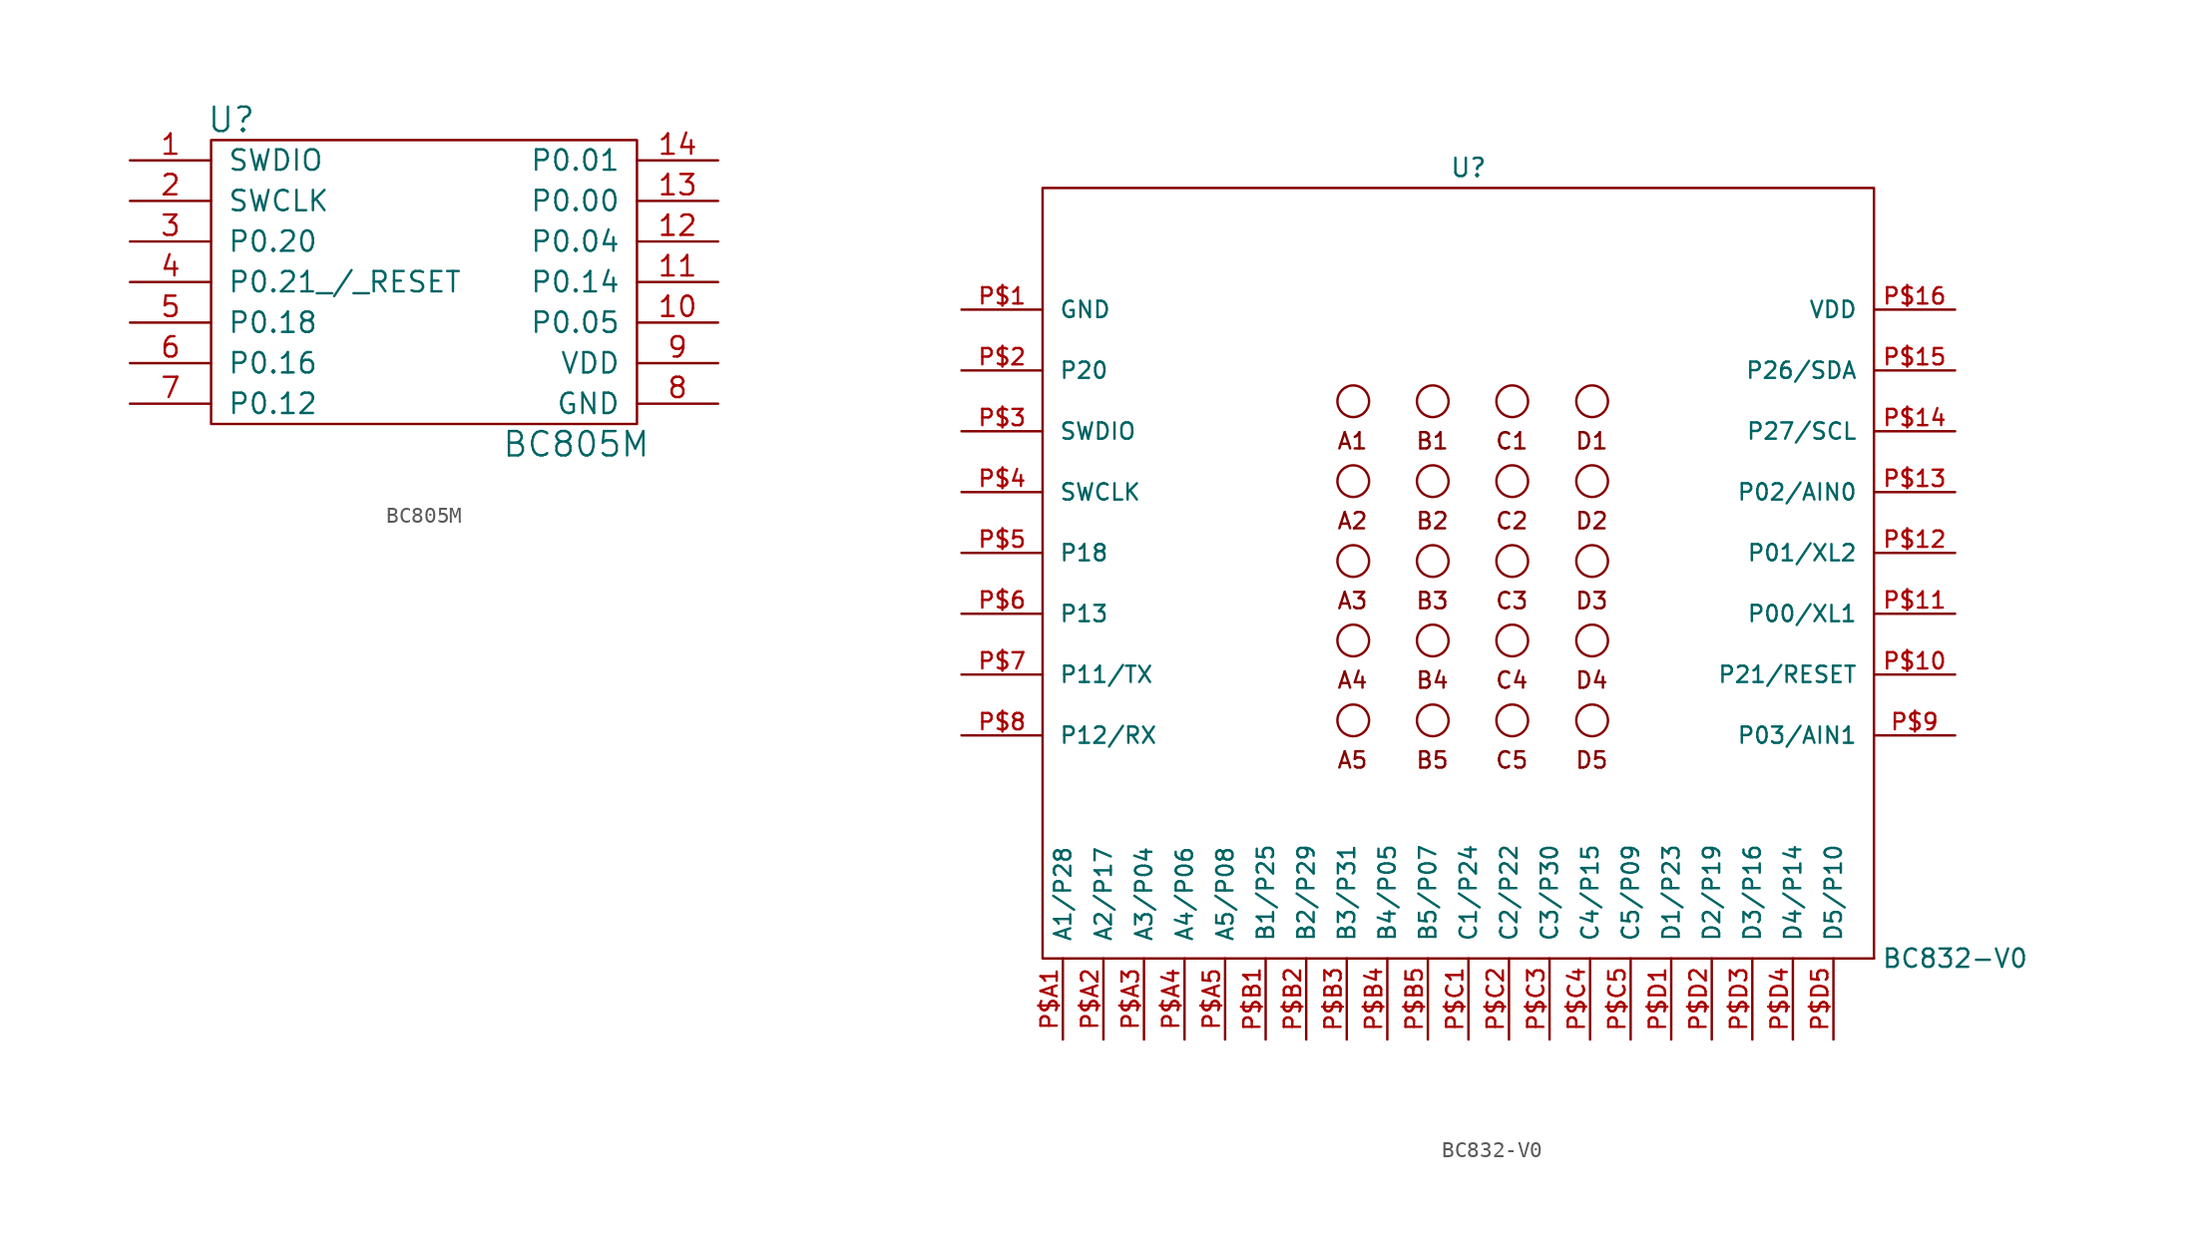
<source format=kicad_sym>
(kicad_symbol_lib
  (version 20220914)
  (generator kicad_symbol_editor)
  (symbol "BC805M"
    (pin_names
      (offset 1.016))
    (property "Reference" "U"
      (at -11.43 10.16 0)
      (effects (font (size 1.524 1.524))))
    (property "Value" "BC805M"
      (at 10.16 -10.16 0)
      (effects (font (size 1.524 1.524))))
    (symbol "BC805M_0_0"
      (pin bidirectional line (at -17.78 7.62 0) (length 5.08) (name "SWDIO" (effects (font (size 1.27 1.27)))) (number "1" (effects (font (size 1.27 1.27)))))
      (pin bidirectional line (at -17.78 5.08 0) (length 5.08) (name "SWCLK" (effects (font (size 1.27 1.27)))) (number "2" (effects (font (size 1.27 1.27))))))
    (symbol "BC805M_0_1"
      (rectangle (start -12.7 8.89) (end 13.97 -8.89) (stroke (width 0) (type solid)) (fill (type none))))
    (symbol "BC805M_1_1"
      (pin bidirectional line (at 19.05 -2.54 180) (length 5.08) (name "P0.05" (effects (font (size 1.27 1.27)))) (number "10" (effects (font (size 1.27 1.27)))))
      (pin bidirectional line (at 19.05 0 180) (length 5.08) (name "P0.14" (effects (font (size 1.27 1.27)))) (number "11" (effects (font (size 1.27 1.27)))))
      (pin bidirectional line (at 19.05 2.54 180) (length 5.08) (name "P0.04" (effects (font (size 1.27 1.27)))) (number "12" (effects (font (size 1.27 1.27)))))
      (pin bidirectional line (at 19.05 5.08 180) (length 5.08) (name "P0.00" (effects (font (size 1.27 1.27)))) (number "13" (effects (font (size 1.27 1.27)))))
      (pin bidirectional line (at 19.05 7.62 180) (length 5.08) (name "P0.01" (effects (font (size 1.27 1.27)))) (number "14" (effects (font (size 1.27 1.27)))))
      (pin bidirectional line (at -17.78 2.54 0) (length 5.08) (name "P0.20" (effects (font (size 1.27 1.27)))) (number "3" (effects (font (size 1.27 1.27)))))
      (pin bidirectional line (at -17.78 0 0) (length 5.08) (name "P0.21_/_RESET" (effects (font (size 1.27 1.27)))) (number "4" (effects (font (size 1.27 1.27)))))
      (pin bidirectional line (at -17.78 -2.54 0) (length 5.08) (name "P0.18" (effects (font (size 1.27 1.27)))) (number "5" (effects (font (size 1.27 1.27)))))
      (pin bidirectional line (at -17.78 -5.08 0) (length 5.08) (name "P0.16" (effects (font (size 1.27 1.27)))) (number "6" (effects (font (size 1.27 1.27)))))
      (pin bidirectional line (at -17.78 -7.62 0) (length 5.08) (name "P0.12" (effects (font (size 1.27 1.27)))) (number "7" (effects (font (size 1.27 1.27)))))
      (pin bidirectional line (at 19.05 -7.62 180) (length 5.08) (name "GND" (effects (font (size 1.27 1.27)))) (number "8" (effects (font (size 1.27 1.27)))))
      (pin bidirectional line (at 19.05 -5.08 180) (length 5.08) (name "VDD" (effects (font (size 1.27 1.27)))) (number "9" (effects (font (size 1.27 1.27)))))))
  (symbol "BC832-V0"
    (pin_names
      (offset 1.016))
    (property "Reference" "U"
      (at 0 27.94 0)
      (effects (font (size 1.143 1.143))))
    (property "Value" "BC832-V0"
      (at 30.48 -21.59 0)
      (effects (font (size 1.143 1.143))))
    (property "ki_locked" ""
      (at 0 0 0)
      (effects (font (size 1.27 1.27))))
    (symbol "BC832-V0_0_1"
      (rectangle (start -26.67 26.67) (end 25.4 -21.59) (stroke (width 0) (type solid)) (fill (type none)))
      (rectangle (start 25.4 -21.59) (end 25.4 -21.59) (stroke (width 0) (type solid)) (fill (type none))))
    (symbol "BC832-V0_1_0"
      (text "A1" (at -7.264 10.82 0) (effects (font (size 1.016 1.016))))
      (text "A2" (at -7.264 5.817 0) (effects (font (size 1.016 1.016))))
      (text "A3" (at -7.264 0.813 0) (effects (font (size 1.016 1.016))))
      (text "A4" (at -7.264 -4.166 0) (effects (font (size 1.016 1.016))))
      (text "A5" (at -7.264 -9.169 0) (effects (font (size 1.016 1.016))))
      (text "B1" (at -2.261 10.82 0) (effects (font (size 1.016 1.016))))
      (text "B2" (at -2.261 5.817 0) (effects (font (size 1.016 1.016))))
      (text "B3" (at -2.261 0.813 0) (effects (font (size 1.016 1.016))))
      (text "B4" (at -2.261 -4.166 0) (effects (font (size 1.016 1.016))))
      (text "B5" (at -2.261 -9.169 0) (effects (font (size 1.016 1.016))))
      (text "C1" (at 2.718 10.82 0) (effects (font (size 1.016 1.016))))
      (text "C2" (at 2.718 5.817 0) (effects (font (size 1.016 1.016))))
      (text "C3" (at 2.718 0.813 0) (effects (font (size 1.016 1.016))))
      (text "C4" (at 2.718 -4.166 0) (effects (font (size 1.016 1.016))))
      (text "C5" (at 2.718 -9.169 0) (effects (font (size 1.016 1.016))))
      (text "D1" (at 7.722 10.82 0) (effects (font (size 1.016 1.016))))
      (text "D2" (at 7.722 5.817 0) (effects (font (size 1.016 1.016))))
      (text "D3" (at 7.722 0.813 0) (effects (font (size 1.016 1.016))))
      (text "D4" (at 7.722 -4.166 0) (effects (font (size 1.016 1.016))))
      (text "D5" (at 7.722 -9.169 0) (effects (font (size 1.016 1.016)))))
    (symbol "BC832-V0_1_1"
      (circle (center -7.214 -6.68) (radius 0.991) (stroke (width 0) (type solid)) (fill (type none)))
      (circle (center -7.214 -1.676) (radius 0.991) (stroke (width 0) (type solid)) (fill (type none)))
      (circle (center -7.214 3.302) (radius 0.991) (stroke (width 0) (type solid)) (fill (type none)))
      (circle (center -7.214 8.306) (radius 0.991) (stroke (width 0) (type solid)) (fill (type none)))
      (circle (center -7.214 13.31) (radius 0.991) (stroke (width 0) (type solid)) (fill (type none)))
      (circle (center -2.235 -6.68) (radius 0.991) (stroke (width 0) (type solid)) (fill (type none)))
      (circle (center -2.235 -1.676) (radius 0.991) (stroke (width 0) (type solid)) (fill (type none)))
      (circle (center -2.235 3.302) (radius 0.991) (stroke (width 0) (type solid)) (fill (type none)))
      (circle (center -2.235 8.306) (radius 0.991) (stroke (width 0) (type solid)) (fill (type none)))
      (circle (center -2.235 13.31) (radius 0.991) (stroke (width 0) (type solid)) (fill (type none)))
      (circle (center 2.743 -6.68) (radius 0.991) (stroke (width 0) (type solid)) (fill (type none)))
      (circle (center 2.743 -1.676) (radius 0.991) (stroke (width 0) (type solid)) (fill (type none)))
      (circle (center 2.743 3.302) (radius 0.991) (stroke (width 0) (type solid)) (fill (type none)))
      (circle (center 2.743 8.306) (radius 0.991) (stroke (width 0) (type solid)) (fill (type none)))
      (circle (center 2.743 13.31) (radius 0.991) (stroke (width 0) (type solid)) (fill (type none)))
      (circle (center 7.747 -6.68) (radius 0.991) (stroke (width 0) (type solid)) (fill (type none)))
      (circle (center 7.747 -1.676) (radius 0.991) (stroke (width 0) (type solid)) (fill (type none)))
      (circle (center 7.747 3.302) (radius 0.991) (stroke (width 0) (type solid)) (fill (type none)))
      (circle (center 7.747 8.306) (radius 0.991) (stroke (width 0) (type solid)) (fill (type none)))
      (circle (center 7.747 13.31) (radius 0.991) (stroke (width 0) (type solid)) (fill (type none)))
      (pin bidirectional line (at -31.75 19.05 0) (length 5.08) (name "GND" (effects (font (size 1.016 1.016)))) (number "P$1" (effects (font (size 1.016 1.016)))))
      (pin bidirectional line (at 30.48 -3.81 180) (length 5.08) (name "P21/RESET" (effects (font (size 1.016 1.016)))) (number "P$10" (effects (font (size 1.016 1.016)))))
      (pin bidirectional line (at 30.48 0 180) (length 5.08) (name "P00/XL1" (effects (font (size 1.016 1.016)))) (number "P$11" (effects (font (size 1.016 1.016)))))
      (pin bidirectional line (at 30.48 3.81 180) (length 5.08) (name "P01/XL2" (effects (font (size 1.016 1.016)))) (number "P$12" (effects (font (size 1.016 1.016)))))
      (pin bidirectional line (at 30.48 7.62 180) (length 5.08) (name "P02/AIN0" (effects (font (size 1.016 1.016)))) (number "P$13" (effects (font (size 1.016 1.016)))))
      (pin bidirectional line (at 30.48 11.43 180) (length 5.08) (name "P27/SCL" (effects (font (size 1.016 1.016)))) (number "P$14" (effects (font (size 1.016 1.016)))))
      (pin bidirectional line (at 30.48 15.24 180) (length 5.08) (name "P26/SDA" (effects (font (size 1.016 1.016)))) (number "P$15" (effects (font (size 1.016 1.016)))))
      (pin bidirectional line (at 30.48 19.05 180) (length 5.08) (name "VDD" (effects (font (size 1.016 1.016)))) (number "P$16" (effects (font (size 1.016 1.016)))))
      (pin bidirectional line (at -31.75 15.24 0) (length 5.08) (name "P20" (effects (font (size 1.016 1.016)))) (number "P$2" (effects (font (size 1.016 1.016)))))
      (pin bidirectional line (at -31.75 11.43 0) (length 5.08) (name "SWDIO" (effects (font (size 1.016 1.016)))) (number "P$3" (effects (font (size 1.016 1.016)))))
      (pin bidirectional line (at -31.75 7.62 0) (length 5.08) (name "SWCLK" (effects (font (size 1.016 1.016)))) (number "P$4" (effects (font (size 1.016 1.016)))))
      (pin bidirectional line (at -31.75 3.81 0) (length 5.08) (name "P18" (effects (font (size 1.016 1.016)))) (number "P$5" (effects (font (size 1.016 1.016)))))
      (pin bidirectional line (at -31.75 0 0) (length 5.08) (name "P13" (effects (font (size 1.016 1.016)))) (number "P$6" (effects (font (size 1.016 1.016)))))
      (pin bidirectional line (at -31.75 -3.81 0) (length 5.08) (name "P11/TX" (effects (font (size 1.016 1.016)))) (number "P$7" (effects (font (size 1.016 1.016)))))
      (pin bidirectional line (at -31.75 -7.62 0) (length 5.08) (name "P12/RX" (effects (font (size 1.016 1.016)))) (number "P$8" (effects (font (size 1.016 1.016)))))
      (pin bidirectional line (at 30.48 -7.62 180) (length 5.08) (name "P03/AIN1" (effects (font (size 1.016 1.016)))) (number "P$9" (effects (font (size 1.016 1.016)))))
      (pin bidirectional line (at -25.4 -26.67 90) (length 5.08) (name "A1/P28" (effects (font (size 1.016 1.016)))) (number "P$A1" (effects (font (size 1.016 1.016)))))
      (pin bidirectional line (at -22.86 -26.67 90) (length 5.08) (name "A2/P17" (effects (font (size 1.016 1.016)))) (number "P$A2" (effects (font (size 1.016 1.016)))))
      (pin bidirectional line (at -20.32 -26.67 90) (length 5.08) (name "A3/P04" (effects (font (size 1.016 1.016)))) (number "P$A3" (effects (font (size 1.016 1.016)))))
      (pin bidirectional line (at -17.78 -26.67 90) (length 5.08) (name "A4/P06" (effects (font (size 1.016 1.016)))) (number "P$A4" (effects (font (size 1.016 1.016)))))
      (pin bidirectional line (at -15.24 -26.67 90) (length 5.08) (name "A5/P08" (effects (font (size 1.016 1.016)))) (number "P$A5" (effects (font (size 1.016 1.016)))))
      (pin bidirectional line (at -12.7 -26.67 90) (length 5.08) (name "B1/P25" (effects (font (size 1.016 1.016)))) (number "P$B1" (effects (font (size 1.016 1.016)))))
      (pin bidirectional line (at -10.16 -26.67 90) (length 5.08) (name "B2/P29" (effects (font (size 1.016 1.016)))) (number "P$B2" (effects (font (size 1.016 1.016)))))
      (pin bidirectional line (at -7.62 -26.67 90) (length 5.08) (name "B3/P31" (effects (font (size 1.016 1.016)))) (number "P$B3" (effects (font (size 1.016 1.016)))))
      (pin bidirectional line (at -5.08 -26.67 90) (length 5.08) (name "B4/P05" (effects (font (size 1.016 1.016)))) (number "P$B4" (effects (font (size 1.016 1.016)))))
      (pin bidirectional line (at -2.54 -26.67 90) (length 5.08) (name "B5/P07" (effects (font (size 1.016 1.016)))) (number "P$B5" (effects (font (size 1.016 1.016)))))
      (pin bidirectional line (at 0 -26.67 90) (length 5.08) (name "C1/P24" (effects (font (size 1.016 1.016)))) (number "P$C1" (effects (font (size 1.016 1.016)))))
      (pin bidirectional line (at 2.54 -26.67 90) (length 5.08) (name "C2/P22" (effects (font (size 1.016 1.016)))) (number "P$C2" (effects (font (size 1.016 1.016)))))
      (pin bidirectional line (at 5.08 -26.67 90) (length 5.08) (name "C3/P30" (effects (font (size 1.016 1.016)))) (number "P$C3" (effects (font (size 1.016 1.016)))))
      (pin bidirectional line (at 7.62 -26.67 90) (length 5.08) (name "C4/P15" (effects (font (size 1.016 1.016)))) (number "P$C4" (effects (font (size 1.016 1.016)))))
      (pin bidirectional line (at 10.16 -26.67 90) (length 5.08) (name "C5/P09" (effects (font (size 1.016 1.016)))) (number "P$C5" (effects (font (size 1.016 1.016)))))
      (pin bidirectional line (at 12.7 -26.67 90) (length 5.08) (name "D1/P23" (effects (font (size 1.016 1.016)))) (number "P$D1" (effects (font (size 1.016 1.016)))))
      (pin bidirectional line (at 15.24 -26.67 90) (length 5.08) (name "D2/P19" (effects (font (size 1.016 1.016)))) (number "P$D2" (effects (font (size 1.016 1.016)))))
      (pin bidirectional line (at 17.78 -26.67 90) (length 5.08) (name "D3/P16" (effects (font (size 1.016 1.016)))) (number "P$D3" (effects (font (size 1.016 1.016)))))
      (pin bidirectional line (at 20.32 -26.67 90) (length 5.08) (name "D4/P14" (effects (font (size 1.016 1.016)))) (number "P$D4" (effects (font (size 1.016 1.016)))))
      (pin bidirectional line (at 22.86 -26.67 90) (length 5.08) (name "D5/P10" (effects (font (size 1.016 1.016)))) (number "P$D5" (effects (font (size 1.016 1.016))))))))
</source>
